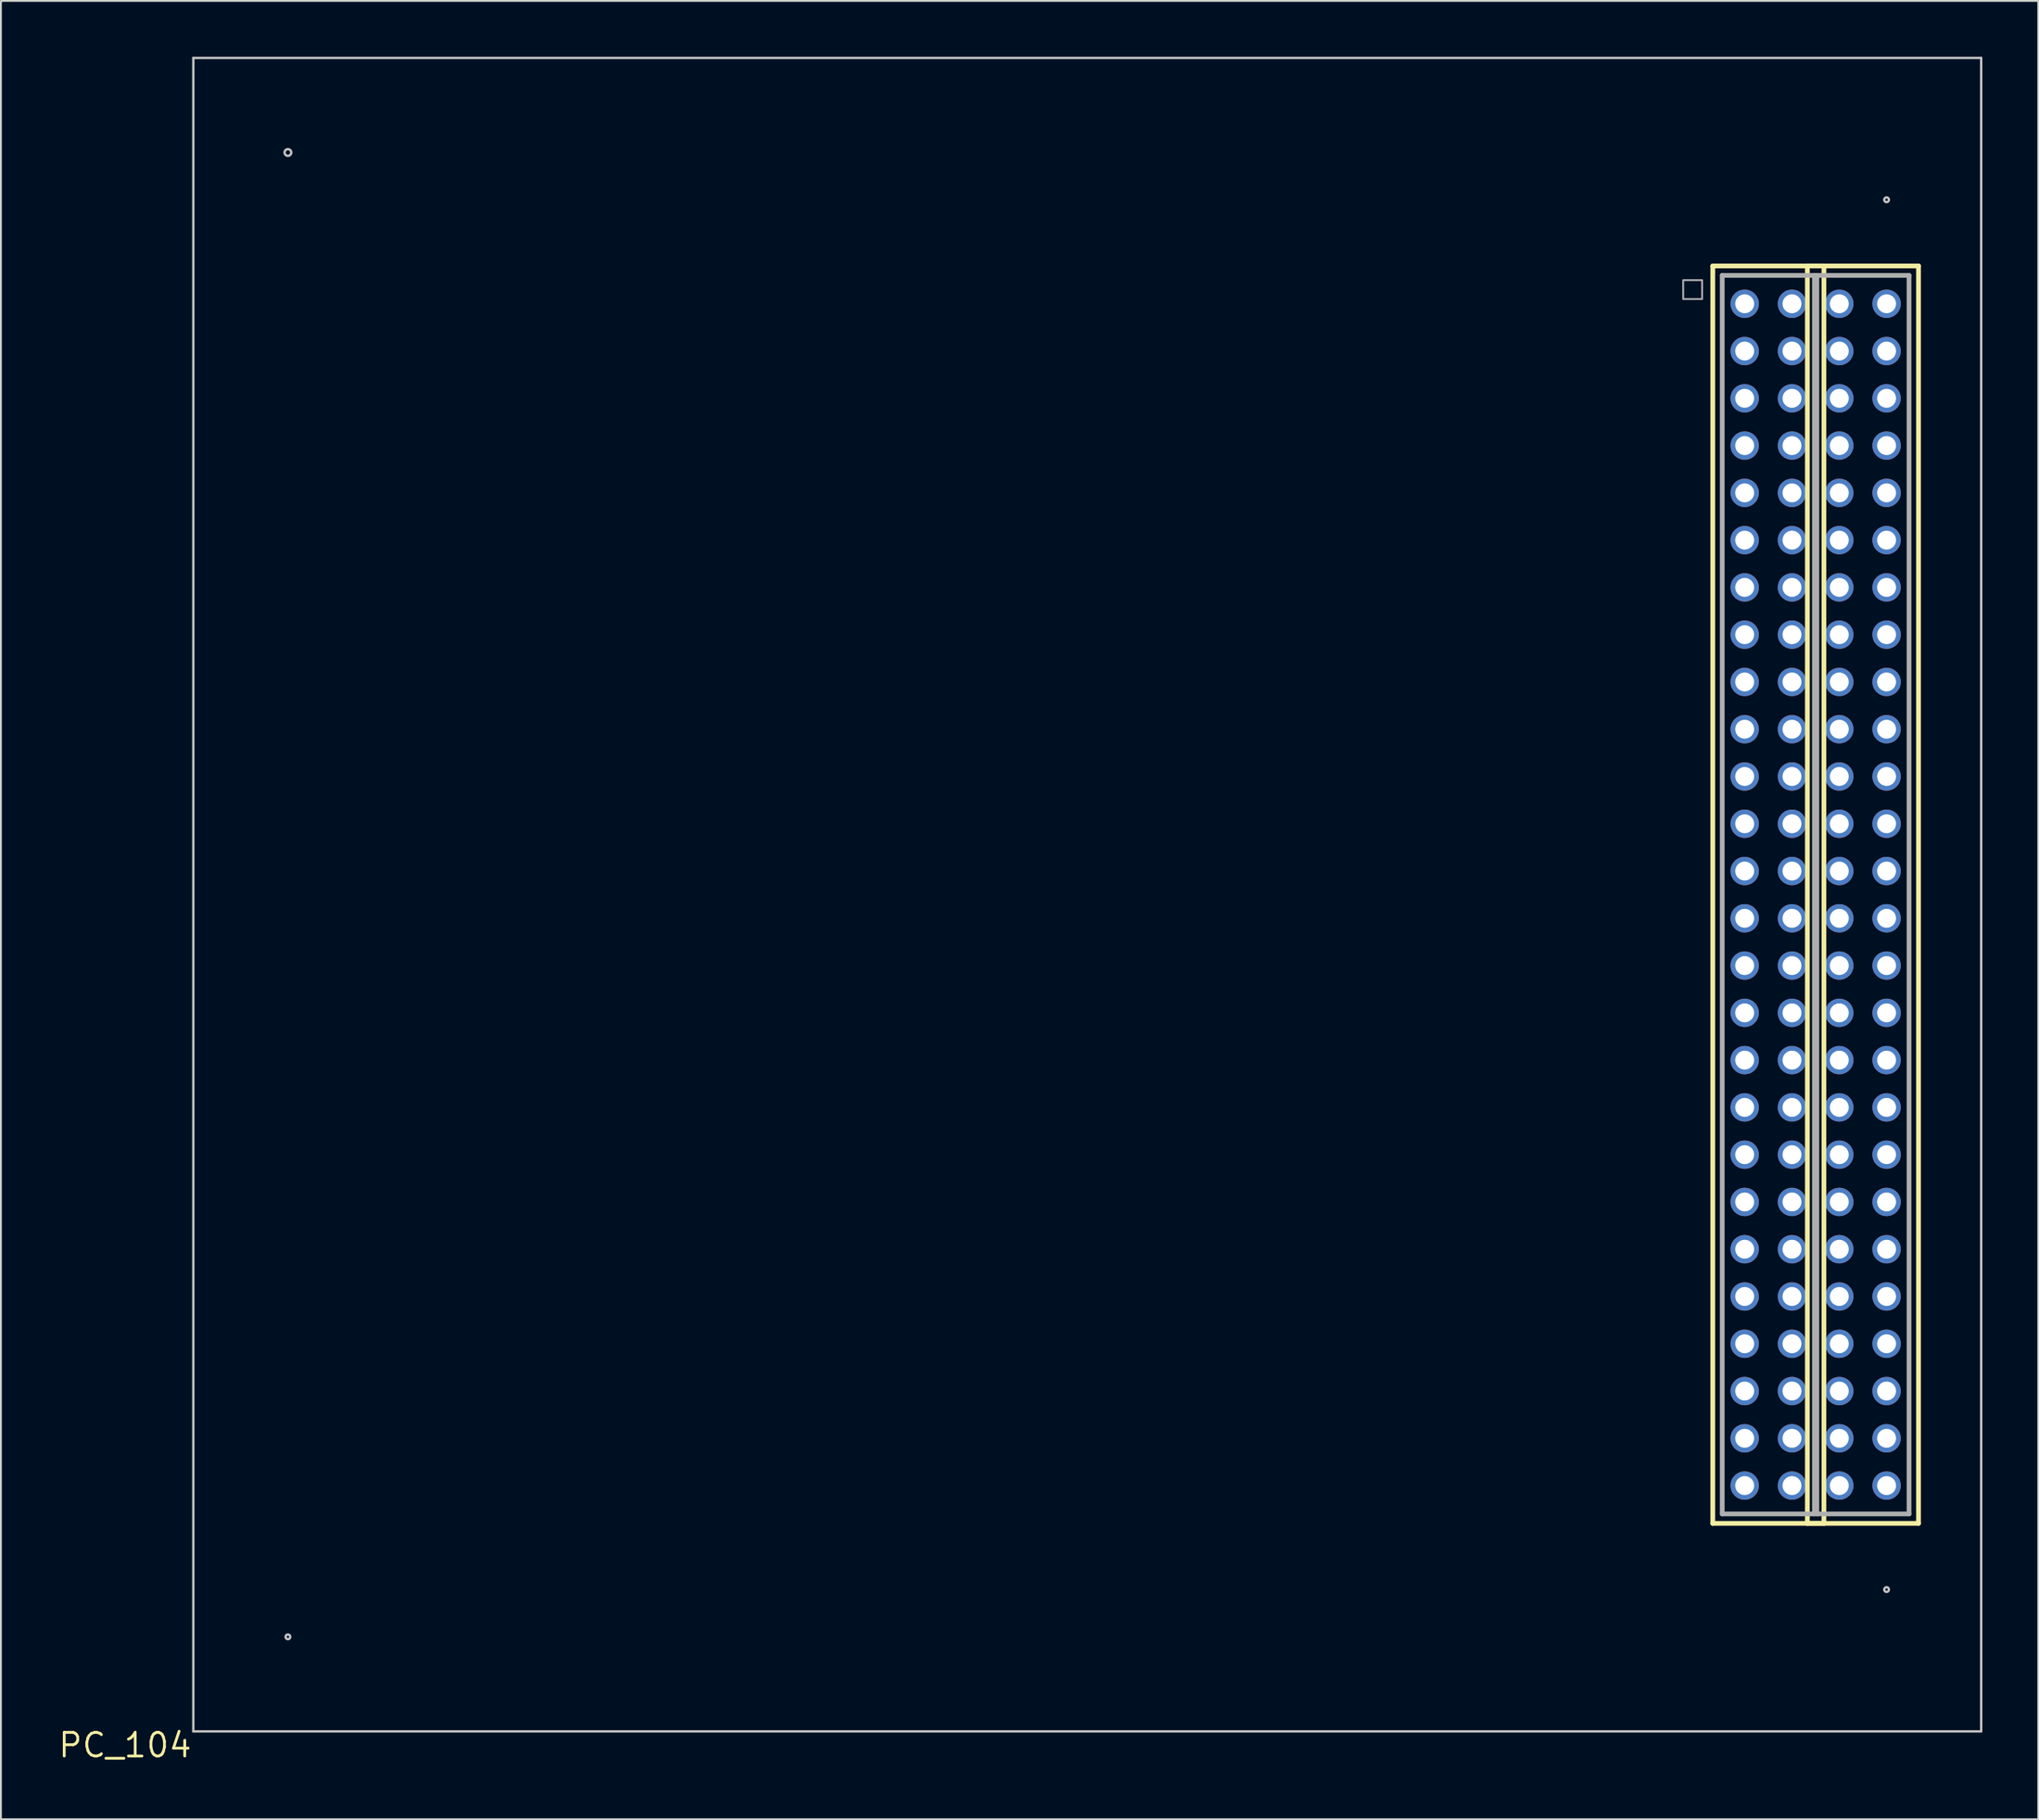
<source format=kicad_pcb>
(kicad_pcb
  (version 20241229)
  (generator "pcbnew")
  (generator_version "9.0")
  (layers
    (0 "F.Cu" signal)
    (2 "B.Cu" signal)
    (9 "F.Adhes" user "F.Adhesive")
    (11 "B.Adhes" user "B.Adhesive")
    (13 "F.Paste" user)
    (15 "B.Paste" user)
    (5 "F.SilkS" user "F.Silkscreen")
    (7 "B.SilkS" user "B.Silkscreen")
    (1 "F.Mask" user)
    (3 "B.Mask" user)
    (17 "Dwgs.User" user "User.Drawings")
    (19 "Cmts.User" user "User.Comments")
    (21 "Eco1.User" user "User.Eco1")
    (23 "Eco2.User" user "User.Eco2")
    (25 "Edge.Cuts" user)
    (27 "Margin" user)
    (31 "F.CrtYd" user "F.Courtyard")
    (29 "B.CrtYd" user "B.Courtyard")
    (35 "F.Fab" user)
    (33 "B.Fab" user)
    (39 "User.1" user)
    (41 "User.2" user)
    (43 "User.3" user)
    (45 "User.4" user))
  (footprint "PC_104"
    (layer "F.Cu")
    (at 7.332 89.98)
    (property "Reference" "PC_104" (at 0 0 0) (layer "F.SilkS") (effects (font (size 1.27 1.27) (thickness 0.15)) (justify right top)))
    (attr through_hole)
    (fp_line (start 81.598 -78.74) (end 87.566 -78.74) (stroke (width 0.254) (type solid)) (layer "F.SilkS"))
    (fp_line (start 81.598 -11.176) (end 81.598 -78.74) (stroke (width 0.254) (type solid)) (layer "F.SilkS"))
    (fp_line (start 86.678 -78.74) (end 92.646 -78.74) (stroke (width 0.254) (type solid)) (layer "F.SilkS"))
    (fp_line (start 86.678 -11.176) (end 86.678 -78.74) (stroke (width 0.254) (type solid)) (layer "F.SilkS"))
    (fp_line (start 87.566 -78.74) (end 87.566 -11.176) (stroke (width 0.254) (type solid)) (layer "F.SilkS"))
    (fp_line (start 87.566 -11.176) (end 81.598 -11.176) (stroke (width 0.254) (type solid)) (layer "F.SilkS"))
    (fp_line (start 92.646 -78.74) (end 92.646 -11.176) (stroke (width 0.254) (type solid)) (layer "F.SilkS"))
    (fp_line (start 92.646 -11.176) (end 86.678 -11.176) (stroke (width 0.254) (type solid)) (layer "F.SilkS"))
    (fp_line (start 0 -89.916) (end 96.012 -89.916) (stroke (width 0.127) (type solid)) (layer "Dwgs.User"))
    (fp_line (start 0 0) (end 0 -89.916) (stroke (width 0.127) (type solid)) (layer "Dwgs.User"))
    (fp_line (start 0 0) (end 96.012 0) (stroke (width 0.127) (type solid)) (layer "Dwgs.User"))
    (fp_line (start 96.012 0) (end 96.012 -89.916) (stroke (width 0.127) (type solid)) (layer "Dwgs.User"))
    (fp_circle (center 5.08 -84.836) (end 5.26 -84.836) (stroke (width 0.127) (type solid)) (fill no) (layer "Dwgs.User"))
    (fp_circle (center 5.08 -5.08) (end 5.207 -5.08) (stroke (width 0.127) (type solid)) (fill no) (layer "Dwgs.User"))
    (fp_circle (center 90.932 -82.296) (end 91.059 -82.296) (stroke (width 0.127) (type solid)) (fill no) (layer "Dwgs.User"))
    (fp_circle (center 90.932 -7.62) (end 91.059 -7.62) (stroke (width 0.127) (type solid)) (fill no) (layer "Dwgs.User"))
    (fp_line (start 82.106 -78.232) (end 87.058 -78.232) (stroke (width 0.254) (type solid)) (layer "F.Fab"))
    (fp_line (start 82.106 -11.684) (end 82.106 -78.232) (stroke (width 0.254) (type solid)) (layer "F.Fab"))
    (fp_line (start 87.058 -78.232) (end 87.058 -11.684) (stroke (width 0.254) (type solid)) (layer "F.Fab"))
    (fp_line (start 87.058 -11.684) (end 82.106 -11.684) (stroke (width 0.254) (type solid)) (layer "F.Fab"))
    (fp_line (start 87.186 -78.232) (end 92.138 -78.232) (stroke (width 0.254) (type solid)) (layer "F.Fab"))
    (fp_line (start 87.186 -11.684) (end 87.186 -78.232) (stroke (width 0.254) (type solid)) (layer "F.Fab"))
    (fp_line (start 92.138 -78.232) (end 92.138 -11.684) (stroke (width 0.254) (type solid)) (layer "F.Fab"))
    (fp_line (start 92.138 -11.684) (end 87.186 -11.684) (stroke (width 0.254) (type solid)) (layer "F.Fab"))
    (fp_poly (pts (xy 80.01 -77.978) (xy 80.01 -76.962) (xy 81.026 -76.962) (xy 81.026 -77.978)) (stroke (width 0.1) (type solid)) (fill no) (layer "F.Fab"))
    (pad "1" thru_hole circle (at 83.312 -76.708 270) (size 1.524 1.524) (drill 1.016) (layers "*.Cu" "*.Mask"))
    (pad "2" thru_hole circle (at 85.852 -76.708 270) (size 1.524 1.524) (drill 1.016) (layers "*.Cu" "*.Mask"))
    (pad "3" thru_hole circle (at 83.312 -74.168 270) (size 1.524 1.524) (drill 1.016) (layers "*.Cu" "*.Mask"))
    (pad "4" thru_hole circle (at 85.852 -74.168 270) (size 1.524 1.524) (drill 1.016) (layers "*.Cu" "*.Mask"))
    (pad "5" thru_hole circle (at 83.312 -71.628 270) (size 1.524 1.524) (drill 1.016) (layers "*.Cu" "*.Mask"))
    (pad "6" thru_hole circle (at 85.852 -71.628 270) (size 1.524 1.524) (drill 1.016) (layers "*.Cu" "*.Mask"))
    (pad "7" thru_hole circle (at 83.312 -69.088 270) (size 1.524 1.524) (drill 1.016) (layers "*.Cu" "*.Mask"))
    (pad "8" thru_hole circle (at 85.852 -69.088 270) (size 1.524 1.524) (drill 1.016) (layers "*.Cu" "*.Mask"))
    (pad "9" thru_hole circle (at 83.312 -66.548 270) (size 1.524 1.524) (drill 1.016) (layers "*.Cu" "*.Mask"))
    (pad "10" thru_hole circle (at 85.852 -66.548 270) (size 1.524 1.524) (drill 1.016) (layers "*.Cu" "*.Mask"))
    (pad "11" thru_hole circle (at 83.312 -64.008 270) (size 1.524 1.524) (drill 1.016) (layers "*.Cu" "*.Mask"))
    (pad "12" thru_hole circle (at 85.852 -64.008 270) (size 1.524 1.524) (drill 1.016) (layers "*.Cu" "*.Mask"))
    (pad "13" thru_hole circle (at 83.312 -61.468 270) (size 1.524 1.524) (drill 1.016) (layers "*.Cu" "*.Mask"))
    (pad "14" thru_hole circle (at 85.852 -61.468 270) (size 1.524 1.524) (drill 1.016) (layers "*.Cu" "*.Mask"))
    (pad "15" thru_hole circle (at 83.312 -58.928 270) (size 1.524 1.524) (drill 1.016) (layers "*.Cu" "*.Mask"))
    (pad "16" thru_hole circle (at 85.852 -58.928 270) (size 1.524 1.524) (drill 1.016) (layers "*.Cu" "*.Mask"))
    (pad "17" thru_hole circle (at 83.312 -56.388 270) (size 1.524 1.524) (drill 1.016) (layers "*.Cu" "*.Mask"))
    (pad "18" thru_hole circle (at 85.852 -56.388 270) (size 1.524 1.524) (drill 1.016) (layers "*.Cu" "*.Mask"))
    (pad "19" thru_hole circle (at 83.312 -53.848 270) (size 1.524 1.524) (drill 1.016) (layers "*.Cu" "*.Mask"))
    (pad "20" thru_hole circle (at 85.852 -53.848 270) (size 1.524 1.524) (drill 1.016) (layers "*.Cu" "*.Mask"))
    (pad "21" thru_hole circle (at 83.312 -51.308 270) (size 1.524 1.524) (drill 1.016) (layers "*.Cu" "*.Mask"))
    (pad "22" thru_hole circle (at 85.852 -51.308 270) (size 1.524 1.524) (drill 1.016) (layers "*.Cu" "*.Mask"))
    (pad "23" thru_hole circle (at 83.312 -48.768 270) (size 1.524 1.524) (drill 1.016) (layers "*.Cu" "*.Mask"))
    (pad "24" thru_hole circle (at 85.852 -48.768 270) (size 1.524 1.524) (drill 1.016) (layers "*.Cu" "*.Mask"))
    (pad "25" thru_hole circle (at 83.312 -46.228 270) (size 1.524 1.524) (drill 1.016) (layers "*.Cu" "*.Mask"))
    (pad "26" thru_hole circle (at 85.852 -46.228 270) (size 1.524 1.524) (drill 1.016) (layers "*.Cu" "*.Mask"))
    (pad "27" thru_hole circle (at 83.312 -43.688 270) (size 1.524 1.524) (drill 1.016) (layers "*.Cu" "*.Mask"))
    (pad "28" thru_hole circle (at 85.852 -43.688 270) (size 1.524 1.524) (drill 1.016) (layers "*.Cu" "*.Mask"))
    (pad "29" thru_hole circle (at 83.312 -41.148 270) (size 1.524 1.524) (drill 1.016) (layers "*.Cu" "*.Mask"))
    (pad "30" thru_hole circle (at 85.852 -41.148 270) (size 1.524 1.524) (drill 1.016) (layers "*.Cu" "*.Mask"))
    (pad "31" thru_hole circle (at 83.312 -38.608 270) (size 1.524 1.524) (drill 1.016) (layers "*.Cu" "*.Mask"))
    (pad "32" thru_hole circle (at 85.852 -38.608 270) (size 1.524 1.524) (drill 1.016) (layers "*.Cu" "*.Mask"))
    (pad "33" thru_hole circle (at 83.312 -36.068 270) (size 1.524 1.524) (drill 1.016) (layers "*.Cu" "*.Mask"))
    (pad "34" thru_hole circle (at 85.852 -36.068 270) (size 1.524 1.524) (drill 1.016) (layers "*.Cu" "*.Mask"))
    (pad "35" thru_hole circle (at 83.312 -33.528 270) (size 1.524 1.524) (drill 1.016) (layers "*.Cu" "*.Mask"))
    (pad "36" thru_hole circle (at 85.852 -33.528 270) (size 1.524 1.524) (drill 1.016) (layers "*.Cu" "*.Mask"))
    (pad "37" thru_hole circle (at 83.312 -30.988 270) (size 1.524 1.524) (drill 1.016) (layers "*.Cu" "*.Mask"))
    (pad "38" thru_hole circle (at 85.852 -30.988 270) (size 1.524 1.524) (drill 1.016) (layers "*.Cu" "*.Mask"))
    (pad "39" thru_hole circle (at 83.312 -28.448 270) (size 1.524 1.524) (drill 1.016) (layers "*.Cu" "*.Mask"))
    (pad "40" thru_hole circle (at 85.852 -28.448 270) (size 1.524 1.524) (drill 1.016) (layers "*.Cu" "*.Mask"))
    (pad "41" thru_hole circle (at 83.312 -25.908 270) (size 1.524 1.524) (drill 1.016) (layers "*.Cu" "*.Mask"))
    (pad "42" thru_hole circle (at 85.852 -25.908 270) (size 1.524 1.524) (drill 1.016) (layers "*.Cu" "*.Mask"))
    (pad "43" thru_hole circle (at 83.312 -23.368 270) (size 1.524 1.524) (drill 1.016) (layers "*.Cu" "*.Mask"))
    (pad "44" thru_hole circle (at 85.852 -23.368 270) (size 1.524 1.524) (drill 1.016) (layers "*.Cu" "*.Mask"))
    (pad "45" thru_hole circle (at 83.312 -20.828 270) (size 1.524 1.524) (drill 1.016) (layers "*.Cu" "*.Mask"))
    (pad "46" thru_hole circle (at 85.852 -20.828 270) (size 1.524 1.524) (drill 1.016) (layers "*.Cu" "*.Mask"))
    (pad "47" thru_hole circle (at 83.312 -18.288 270) (size 1.524 1.524) (drill 1.016) (layers "*.Cu" "*.Mask"))
    (pad "48" thru_hole circle (at 85.852 -18.288 270) (size 1.524 1.524) (drill 1.016) (layers "*.Cu" "*.Mask"))
    (pad "49" thru_hole circle (at 83.312 -15.748 270) (size 1.524 1.524) (drill 1.016) (layers "*.Cu" "*.Mask"))
    (pad "50" thru_hole circle (at 85.852 -15.748 270) (size 1.524 1.524) (drill 1.016) (layers "*.Cu" "*.Mask"))
    (pad "51" thru_hole circle (at 83.312 -13.208 270) (size 1.524 1.524) (drill 1.016) (layers "*.Cu" "*.Mask"))
    (pad "52" thru_hole circle (at 85.852 -13.208 270) (size 1.524 1.524) (drill 1.016) (layers "*.Cu" "*.Mask"))
    (pad "53" thru_hole circle (at 88.392 -76.708 270) (size 1.524 1.524) (drill 1.016) (layers "*.Cu" "*.Mask"))
    (pad "54" thru_hole circle (at 90.932 -76.708 270) (size 1.524 1.524) (drill 1.016) (layers "*.Cu" "*.Mask"))
    (pad "55" thru_hole circle (at 88.392 -74.168 270) (size 1.524 1.524) (drill 1.016) (layers "*.Cu" "*.Mask"))
    (pad "56" thru_hole circle (at 90.932 -74.168 270) (size 1.524 1.524) (drill 1.016) (layers "*.Cu" "*.Mask"))
    (pad "57" thru_hole circle (at 88.392 -71.628 270) (size 1.524 1.524) (drill 1.016) (layers "*.Cu" "*.Mask"))
    (pad "58" thru_hole circle (at 90.932 -71.628 270) (size 1.524 1.524) (drill 1.016) (layers "*.Cu" "*.Mask"))
    (pad "59" thru_hole circle (at 88.392 -69.088 270) (size 1.524 1.524) (drill 1.016) (layers "*.Cu" "*.Mask"))
    (pad "60" thru_hole circle (at 90.932 -69.088 270) (size 1.524 1.524) (drill 1.016) (layers "*.Cu" "*.Mask"))
    (pad "61" thru_hole circle (at 88.392 -66.548 270) (size 1.524 1.524) (drill 1.016) (layers "*.Cu" "*.Mask"))
    (pad "62" thru_hole circle (at 90.932 -66.548 270) (size 1.524 1.524) (drill 1.016) (layers "*.Cu" "*.Mask"))
    (pad "63" thru_hole circle (at 88.392 -64.008 270) (size 1.524 1.524) (drill 1.016) (layers "*.Cu" "*.Mask"))
    (pad "64" thru_hole circle (at 90.932 -64.008 270) (size 1.524 1.524) (drill 1.016) (layers "*.Cu" "*.Mask"))
    (pad "65" thru_hole circle (at 88.392 -61.468 270) (size 1.524 1.524) (drill 1.016) (layers "*.Cu" "*.Mask"))
    (pad "66" thru_hole circle (at 90.932 -61.468 270) (size 1.524 1.524) (drill 1.016) (layers "*.Cu" "*.Mask"))
    (pad "67" thru_hole circle (at 88.392 -58.928 270) (size 1.524 1.524) (drill 1.016) (layers "*.Cu" "*.Mask"))
    (pad "68" thru_hole circle (at 90.932 -58.928 270) (size 1.524 1.524) (drill 1.016) (layers "*.Cu" "*.Mask"))
    (pad "69" thru_hole circle (at 88.392 -56.388 270) (size 1.524 1.524) (drill 1.016) (layers "*.Cu" "*.Mask"))
    (pad "70" thru_hole circle (at 90.932 -56.388 270) (size 1.524 1.524) (drill 1.016) (layers "*.Cu" "*.Mask"))
    (pad "71" thru_hole circle (at 88.392 -53.848 270) (size 1.524 1.524) (drill 1.016) (layers "*.Cu" "*.Mask"))
    (pad "72" thru_hole circle (at 90.932 -53.848 270) (size 1.524 1.524) (drill 1.016) (layers "*.Cu" "*.Mask"))
    (pad "73" thru_hole circle (at 88.392 -51.308 270) (size 1.524 1.524) (drill 1.016) (layers "*.Cu" "*.Mask"))
    (pad "74" thru_hole circle (at 90.932 -51.308 270) (size 1.524 1.524) (drill 1.016) (layers "*.Cu" "*.Mask"))
    (pad "75" thru_hole circle (at 88.392 -48.768 270) (size 1.524 1.524) (drill 1.016) (layers "*.Cu" "*.Mask"))
    (pad "76" thru_hole circle (at 90.932 -48.768 270) (size 1.524 1.524) (drill 1.016) (layers "*.Cu" "*.Mask"))
    (pad "77" thru_hole circle (at 88.392 -46.228 270) (size 1.524 1.524) (drill 1.016) (layers "*.Cu" "*.Mask"))
    (pad "78" thru_hole circle (at 90.932 -46.228 270) (size 1.524 1.524) (drill 1.016) (layers "*.Cu" "*.Mask"))
    (pad "79" thru_hole circle (at 88.392 -43.688 270) (size 1.524 1.524) (drill 1.016) (layers "*.Cu" "*.Mask"))
    (pad "80" thru_hole circle (at 90.932 -43.688 270) (size 1.524 1.524) (drill 1.016) (layers "*.Cu" "*.Mask"))
    (pad "81" thru_hole circle (at 88.392 -41.148 270) (size 1.524 1.524) (drill 1.016) (layers "*.Cu" "*.Mask"))
    (pad "82" thru_hole circle (at 90.932 -41.148 270) (size 1.524 1.524) (drill 1.016) (layers "*.Cu" "*.Mask"))
    (pad "83" thru_hole circle (at 88.392 -38.608 270) (size 1.524 1.524) (drill 1.016) (layers "*.Cu" "*.Mask"))
    (pad "84" thru_hole circle (at 90.932 -38.608 270) (size 1.524 1.524) (drill 1.016) (layers "*.Cu" "*.Mask"))
    (pad "85" thru_hole circle (at 88.392 -36.068 270) (size 1.524 1.524) (drill 1.016) (layers "*.Cu" "*.Mask"))
    (pad "86" thru_hole circle (at 90.932 -36.068 270) (size 1.524 1.524) (drill 1.016) (layers "*.Cu" "*.Mask"))
    (pad "87" thru_hole circle (at 88.392 -33.528 270) (size 1.524 1.524) (drill 1.016) (layers "*.Cu" "*.Mask"))
    (pad "88" thru_hole circle (at 90.932 -33.528 270) (size 1.524 1.524) (drill 1.016) (layers "*.Cu" "*.Mask"))
    (pad "89" thru_hole circle (at 88.392 -30.988 270) (size 1.524 1.524) (drill 1.016) (layers "*.Cu" "*.Mask"))
    (pad "90" thru_hole circle (at 90.932 -30.988 270) (size 1.524 1.524) (drill 1.016) (layers "*.Cu" "*.Mask"))
    (pad "91" thru_hole circle (at 88.392 -28.448 270) (size 1.524 1.524) (drill 1.016) (layers "*.Cu" "*.Mask"))
    (pad "92" thru_hole circle (at 90.932 -28.448 270) (size 1.524 1.524) (drill 1.016) (layers "*.Cu" "*.Mask"))
    (pad "93" thru_hole circle (at 88.392 -25.908 270) (size 1.524 1.524) (drill 1.016) (layers "*.Cu" "*.Mask"))
    (pad "94" thru_hole circle (at 90.932 -25.908 270) (size 1.524 1.524) (drill 1.016) (layers "*.Cu" "*.Mask"))
    (pad "95" thru_hole circle (at 88.392 -23.368 270) (size 1.524 1.524) (drill 1.016) (layers "*.Cu" "*.Mask"))
    (pad "96" thru_hole circle (at 90.932 -23.368 270) (size 1.524 1.524) (drill 1.016) (layers "*.Cu" "*.Mask"))
    (pad "97" thru_hole circle (at 88.392 -20.828 270) (size 1.524 1.524) (drill 1.016) (layers "*.Cu" "*.Mask"))
    (pad "98" thru_hole circle (at 90.932 -20.828 270) (size 1.524 1.524) (drill 1.016) (layers "*.Cu" "*.Mask"))
    (pad "99" thru_hole circle (at 88.392 -18.288 270) (size 1.524 1.524) (drill 1.016) (layers "*.Cu" "*.Mask"))
    (pad "100" thru_hole circle (at 90.932 -18.288 270) (size 1.524 1.524) (drill 1.016) (layers "*.Cu" "*.Mask"))
    (pad "101" thru_hole circle (at 88.392 -15.748 270) (size 1.524 1.524) (drill 1.016) (layers "*.Cu" "*.Mask"))
    (pad "102" thru_hole circle (at 90.932 -15.748 270) (size 1.524 1.524) (drill 1.016) (layers "*.Cu" "*.Mask"))
    (pad "103" thru_hole circle (at 88.392 -13.208 270) (size 1.524 1.524) (drill 1.016) (layers "*.Cu" "*.Mask"))
    (pad "104" thru_hole circle (at 90.932 -13.208 270) (size 1.524 1.524) (drill 1.016) (layers "*.Cu" "*.Mask")))
  (gr_rect
    (start -3 -3)
    (end 106.408 94.7)
    (stroke (width 0.1) (type default))
    (fill no)
    (layer "Edge.Cuts")))
</source>
